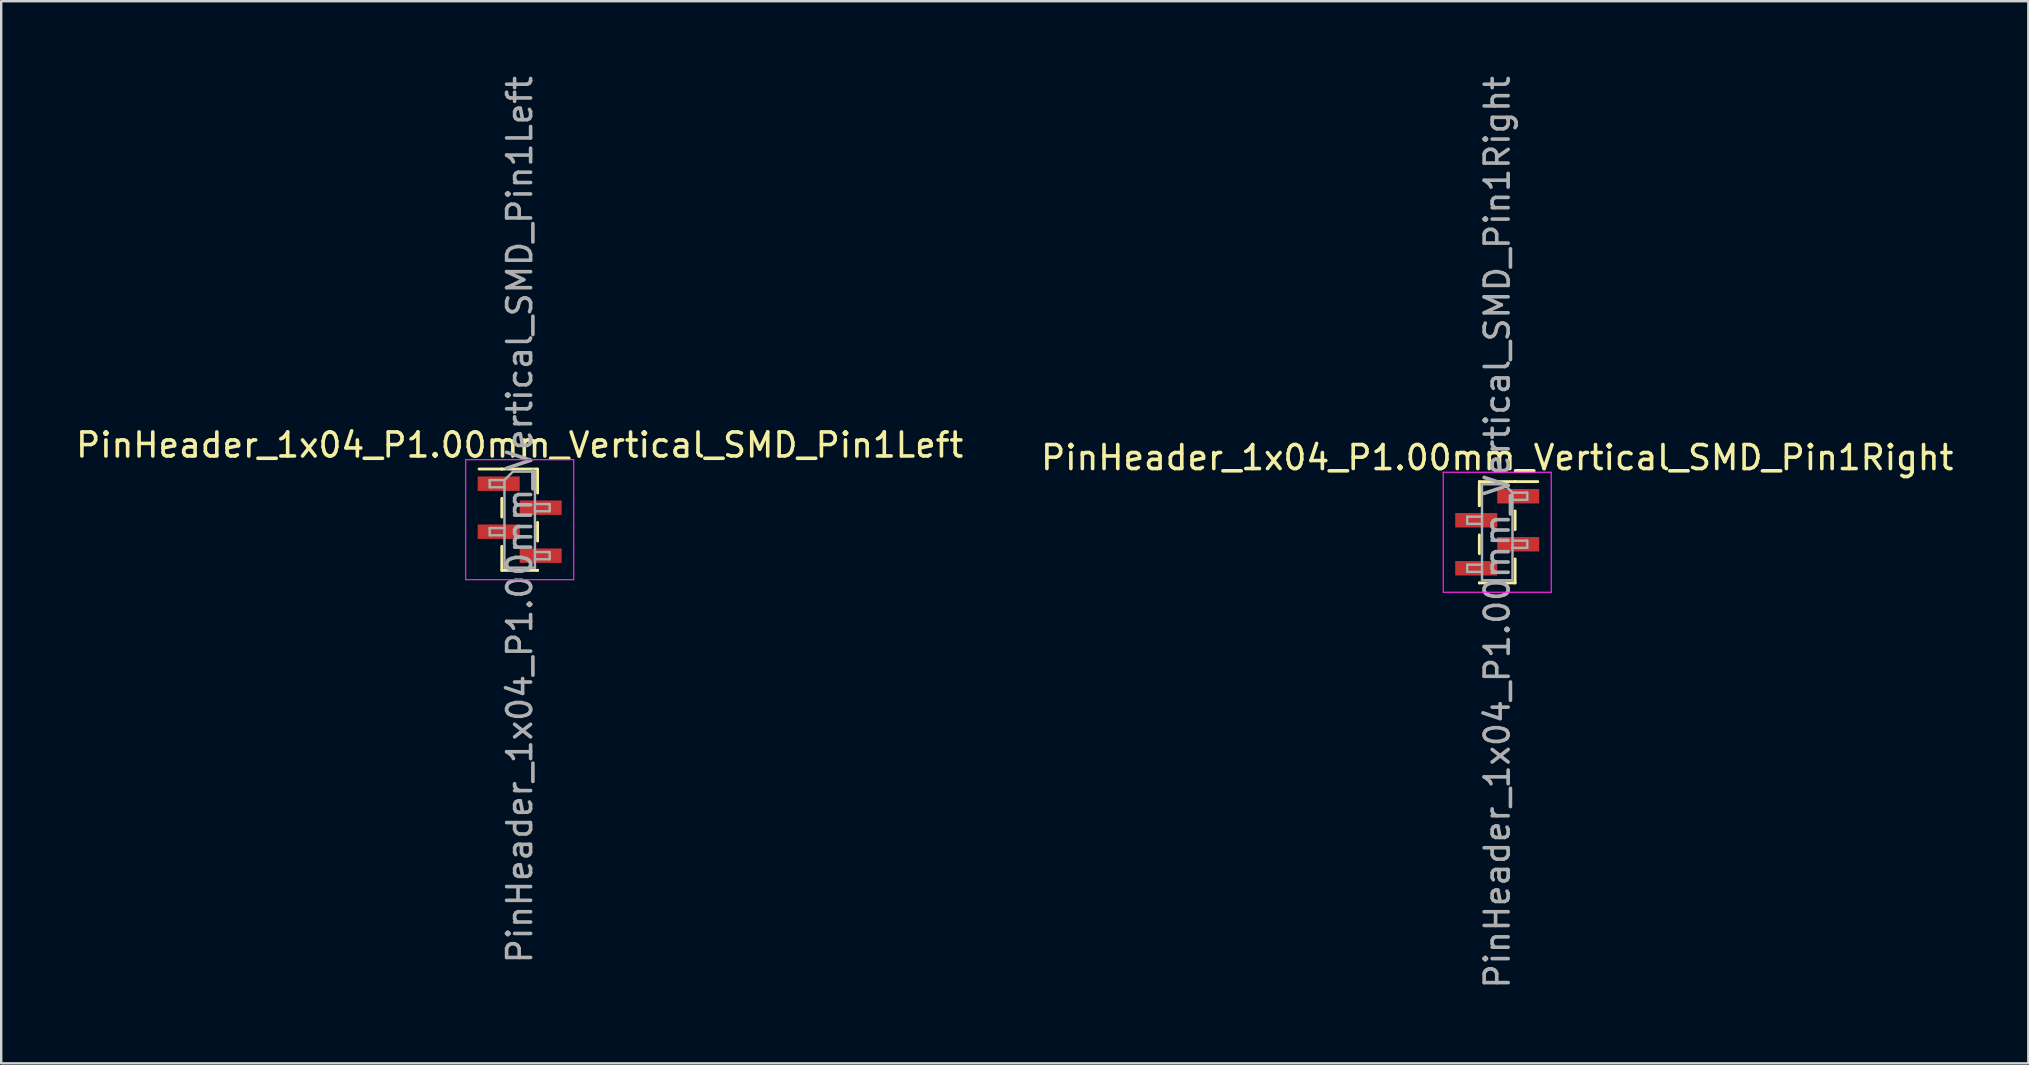
<source format=kicad_pcb>
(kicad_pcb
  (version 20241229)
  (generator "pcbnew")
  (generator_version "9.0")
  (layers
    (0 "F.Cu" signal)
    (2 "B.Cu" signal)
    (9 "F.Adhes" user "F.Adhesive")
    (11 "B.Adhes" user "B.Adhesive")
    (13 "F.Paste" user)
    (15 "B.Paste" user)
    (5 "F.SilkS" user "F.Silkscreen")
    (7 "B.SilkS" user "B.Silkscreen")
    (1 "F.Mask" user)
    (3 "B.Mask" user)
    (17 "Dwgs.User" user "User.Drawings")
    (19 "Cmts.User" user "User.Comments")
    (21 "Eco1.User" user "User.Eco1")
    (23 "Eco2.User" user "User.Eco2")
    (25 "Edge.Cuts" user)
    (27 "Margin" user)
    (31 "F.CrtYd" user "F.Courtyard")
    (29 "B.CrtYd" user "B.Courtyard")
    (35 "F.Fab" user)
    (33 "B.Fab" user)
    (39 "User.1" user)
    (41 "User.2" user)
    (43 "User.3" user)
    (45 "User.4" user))
  (footprint "PinHeader_1x04_P1.00mm_Vertical_SMD_Pin1Right"
    (layer "F.Cu")
    (at 59.327 19.125)
    (property "Reference" "PinHeader_1x04_P1.00mm_Vertical_SMD_Pin1Right" (at 0 -3.11 0) (layer "F.SilkS") (effects (font (size 1 1) (thickness 0.15))))
    (attr smd)
    (fp_line (start -0.745 -2.11) (end -0.745 -1.11) (stroke (width 0.12) (type solid)) (layer "F.SilkS"))
    (fp_line (start -0.745 -2.11) (end 0.745 -2.11) (stroke (width 0.12) (type solid)) (layer "F.SilkS"))
    (fp_line (start -0.745 -1.89) (end -0.745 -1.11) (stroke (width 0.12) (type solid)) (layer "F.SilkS"))
    (fp_line (start -0.745 0.11) (end -0.745 0.89) (stroke (width 0.12) (type solid)) (layer "F.SilkS"))
    (fp_line (start -0.745 2.11) (end -0.745 2.11) (stroke (width 0.12) (type solid)) (layer "F.SilkS"))
    (fp_line (start -0.745 2.11) (end 0.745 2.11) (stroke (width 0.12) (type solid)) (layer "F.SilkS"))
    (fp_line (start 0.745 -2.11) (end 0.745 -2.11) (stroke (width 0.12) (type solid)) (layer "F.SilkS"))
    (fp_line (start 0.745 -2.11) (end 1.69 -2.11) (stroke (width 0.12) (type solid)) (layer "F.SilkS"))
    (fp_line (start 0.745 -0.89) (end 0.745 -0.11) (stroke (width 0.12) (type solid)) (layer "F.SilkS"))
    (fp_line (start 0.745 1.11) (end 0.745 2.11) (stroke (width 0.12) (type solid)) (layer "F.SilkS"))
    (fp_line (start -2.25 -2.5) (end -2.25 2.5) (stroke (width 0.05) (type solid)) (layer "F.CrtYd"))
    (fp_line (start -2.25 2.5) (end 2.25 2.5) (stroke (width 0.05) (type solid)) (layer "F.CrtYd"))
    (fp_line (start 2.25 -2.5) (end -2.25 -2.5) (stroke (width 0.05) (type solid)) (layer "F.CrtYd"))
    (fp_line (start 2.25 2.5) (end 2.25 -2.5) (stroke (width 0.05) (type solid)) (layer "F.CrtYd"))
    (fp_line (start -1.25 -0.65) (end -1.25 -0.35) (stroke (width 0.1) (type solid)) (layer "F.Fab"))
    (fp_line (start -1.25 -0.35) (end -0.635 -0.35) (stroke (width 0.1) (type solid)) (layer "F.Fab"))
    (fp_line (start -1.25 1.35) (end -1.25 1.65) (stroke (width 0.1) (type solid)) (layer "F.Fab"))
    (fp_line (start -1.25 1.65) (end -0.635 1.65) (stroke (width 0.1) (type solid)) (layer "F.Fab"))
    (fp_line (start -0.635 -2) (end -0.635 2) (stroke (width 0.1) (type solid)) (layer "F.Fab"))
    (fp_line (start -0.635 -2) (end 0.285 -2) (stroke (width 0.1) (type solid)) (layer "F.Fab"))
    (fp_line (start -0.635 -0.65) (end -1.25 -0.65) (stroke (width 0.1) (type solid)) (layer "F.Fab"))
    (fp_line (start -0.635 1.35) (end -1.25 1.35) (stroke (width 0.1) (type solid)) (layer "F.Fab"))
    (fp_line (start 0.635 -1.65) (end 0.285 -2) (stroke (width 0.1) (type solid)) (layer "F.Fab"))
    (fp_line (start 0.635 -1.65) (end 1.25 -1.65) (stroke (width 0.1) (type solid)) (layer "F.Fab"))
    (fp_line (start 0.635 0.35) (end 1.25 0.35) (stroke (width 0.1) (type solid)) (layer "F.Fab"))
    (fp_line (start 0.635 2) (end -0.635 2) (stroke (width 0.1) (type solid)) (layer "F.Fab"))
    (fp_line (start 0.635 2) (end 0.635 -1.65) (stroke (width 0.1) (type solid)) (layer "F.Fab"))
    (fp_line (start 1.25 -1.65) (end 1.25 -1.35) (stroke (width 0.1) (type solid)) (layer "F.Fab"))
    (fp_line (start 1.25 -1.35) (end 0.635 -1.35) (stroke (width 0.1) (type solid)) (layer "F.Fab"))
    (fp_line (start 1.25 0.35) (end 1.25 0.65) (stroke (width 0.1) (type solid)) (layer "F.Fab"))
    (fp_line (start 1.25 0.65) (end 0.635 0.65) (stroke (width 0.1) (type solid)) (layer "F.Fab"))
    (fp_text user "${REFERENCE}" (at 0 0 90) (layer "F.Fab") (effects (font (size 1 1) (thickness 0.15))))
    (pad "1" smd rect (at 0.875 -1.5) (size 1.75 0.6) (layers "F.Cu" "F.Mask" "F.Paste"))
    (pad "2" smd rect (at -0.875 -0.5) (size 1.75 0.6) (layers "F.Cu" "F.Mask" "F.Paste"))
    (pad "3" smd rect (at 0.875 0.5) (size 1.75 0.6) (layers "F.Cu" "F.Mask" "F.Paste"))
    (pad "4" smd rect (at -0.875 1.5) (size 1.75 0.6) (layers "F.Cu" "F.Mask" "F.Paste")))
  (footprint "PinHeader_1x04_P1.00mm_Vertical_SMD_Pin1Left"
    (layer "F.Cu")
    (at 18.601 18.601)
    (property "Reference" "PinHeader_1x04_P1.00mm_Vertical_SMD_Pin1Left" (at 0 -3.11 0) (layer "F.SilkS") (effects (font (size 1 1) (thickness 0.15))))
    (attr smd)
    (fp_line (start -0.745 -2.11) (end -1.69 -2.11) (stroke (width 0.12) (type solid)) (layer "F.SilkS"))
    (fp_line (start -0.745 -2.11) (end -0.745 -2.11) (stroke (width 0.12) (type solid)) (layer "F.SilkS"))
    (fp_line (start -0.745 -2.11) (end 0.745 -2.11) (stroke (width 0.12) (type solid)) (layer "F.SilkS"))
    (fp_line (start -0.745 -0.89) (end -0.745 -0.11) (stroke (width 0.12) (type solid)) (layer "F.SilkS"))
    (fp_line (start -0.745 1.11) (end -0.745 2.11) (stroke (width 0.12) (type solid)) (layer "F.SilkS"))
    (fp_line (start -0.745 2.11) (end 0.745 2.11) (stroke (width 0.12) (type solid)) (layer "F.SilkS"))
    (fp_line (start 0.745 -2.11) (end 0.745 -1.11) (stroke (width 0.12) (type solid)) (layer "F.SilkS"))
    (fp_line (start 0.745 0.11) (end 0.745 0.89) (stroke (width 0.12) (type solid)) (layer "F.SilkS"))
    (fp_line (start 0.745 2.11) (end 0.745 2.11) (stroke (width 0.12) (type solid)) (layer "F.SilkS"))
    (fp_line (start -2.25 -2.5) (end -2.25 2.5) (stroke (width 0.05) (type solid)) (layer "F.CrtYd"))
    (fp_line (start -2.25 2.5) (end 2.25 2.5) (stroke (width 0.05) (type solid)) (layer "F.CrtYd"))
    (fp_line (start 2.25 -2.5) (end -2.25 -2.5) (stroke (width 0.05) (type solid)) (layer "F.CrtYd"))
    (fp_line (start 2.25 2.5) (end 2.25 -2.5) (stroke (width 0.05) (type solid)) (layer "F.CrtYd"))
    (fp_line (start -1.25 -1.65) (end -1.25 -1.35) (stroke (width 0.1) (type solid)) (layer "F.Fab"))
    (fp_line (start -1.25 -1.35) (end -0.635 -1.35) (stroke (width 0.1) (type solid)) (layer "F.Fab"))
    (fp_line (start -1.25 0.35) (end -1.25 0.65) (stroke (width 0.1) (type solid)) (layer "F.Fab"))
    (fp_line (start -1.25 0.65) (end -0.635 0.65) (stroke (width 0.1) (type solid)) (layer "F.Fab"))
    (fp_line (start -0.635 -1.65) (end -1.25 -1.65) (stroke (width 0.1) (type solid)) (layer "F.Fab"))
    (fp_line (start -0.635 -1.65) (end -0.285 -2) (stroke (width 0.1) (type solid)) (layer "F.Fab"))
    (fp_line (start -0.635 0.35) (end -1.25 0.35) (stroke (width 0.1) (type solid)) (layer "F.Fab"))
    (fp_line (start -0.635 2) (end -0.635 -1.65) (stroke (width 0.1) (type solid)) (layer "F.Fab"))
    (fp_line (start -0.285 -2) (end 0.635 -2) (stroke (width 0.1) (type solid)) (layer "F.Fab"))
    (fp_line (start 0.635 -2) (end 0.635 2) (stroke (width 0.1) (type solid)) (layer "F.Fab"))
    (fp_line (start 0.635 -0.65) (end 1.25 -0.65) (stroke (width 0.1) (type solid)) (layer "F.Fab"))
    (fp_line (start 0.635 1.35) (end 1.25 1.35) (stroke (width 0.1) (type solid)) (layer "F.Fab"))
    (fp_line (start 0.635 2) (end -0.635 2) (stroke (width 0.1) (type solid)) (layer "F.Fab"))
    (fp_line (start 1.25 -0.65) (end 1.25 -0.35) (stroke (width 0.1) (type solid)) (layer "F.Fab"))
    (fp_line (start 1.25 -0.35) (end 0.635 -0.35) (stroke (width 0.1) (type solid)) (layer "F.Fab"))
    (fp_line (start 1.25 1.35) (end 1.25 1.65) (stroke (width 0.1) (type solid)) (layer "F.Fab"))
    (fp_line (start 1.25 1.65) (end 0.635 1.65) (stroke (width 0.1) (type solid)) (layer "F.Fab"))
    (fp_text user "${REFERENCE}" (at 0 0 90) (layer "F.Fab") (effects (font (size 1 1) (thickness 0.15))))
    (pad "1" smd rect (at -0.875 -1.5) (size 1.75 0.6) (layers "F.Cu" "F.Mask" "F.Paste"))
    (pad "2" smd rect (at 0.875 -0.5) (size 1.75 0.6) (layers "F.Cu" "F.Mask" "F.Paste"))
    (pad "3" smd rect (at -0.875 0.5) (size 1.75 0.6) (layers "F.Cu" "F.Mask" "F.Paste"))
    (pad "4" smd rect (at 0.875 1.5) (size 1.75 0.6) (layers "F.Cu" "F.Mask" "F.Paste")))
  (gr_rect
    (start -3 -3)
    (end 81.452 41.25)
    (stroke (width 0.1) (type default))
    (fill no)
    (layer "Edge.Cuts")))
</source>
